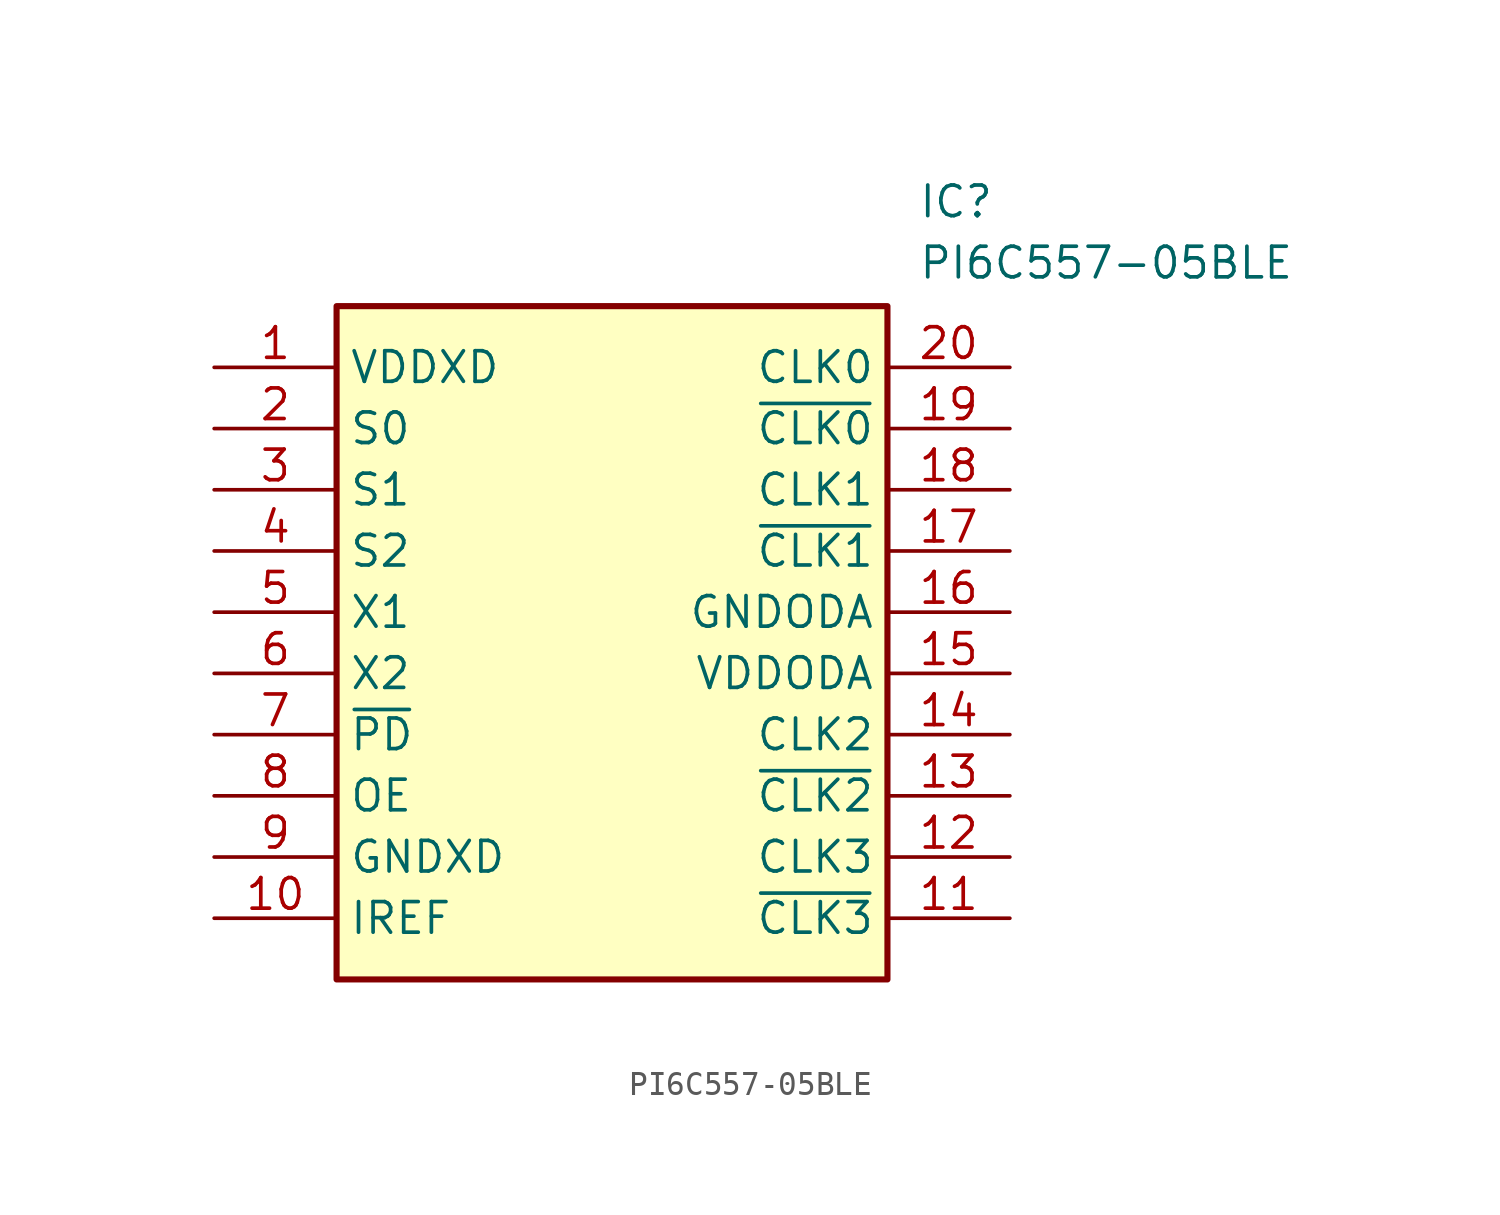
<source format=kicad_sym>
(kicad_symbol_lib
  (version 20211014)
  (generator SamacSys_ECAD_Model)
  (symbol "PI6C557-05BLE"
    (property "Reference" "IC"
      (at 29.21 7.62 0)
      (effects (font (size 1.27 1.27)) (justify left top)))
    (property "Value" "PI6C557-05BLE"
      (at 29.21 5.08 0)
      (effects (font (size 1.27 1.27)) (justify left top)))
    (rectangle
      (start 5.08 2.54)
      (end 27.94 -25.4)
      (stroke (width 0.254) (type default))
      (fill (type background)))
    (pin passive line
      (at 0 0 0)
      (length 5.08)
      (name "VDDXD" (effects (font (size 1.27 1.27))))
      (number "1" (effects (font (size 1.27 1.27)))))
    (pin passive line
      (at 0 -2.54 0)
      (length 5.08)
      (name "S0" (effects (font (size 1.27 1.27))))
      (number "2" (effects (font (size 1.27 1.27)))))
    (pin passive line
      (at 0 -5.08 0)
      (length 5.08)
      (name "S1" (effects (font (size 1.27 1.27))))
      (number "3" (effects (font (size 1.27 1.27)))))
    (pin passive line
      (at 0 -7.62 0)
      (length 5.08)
      (name "S2" (effects (font (size 1.27 1.27))))
      (number "4" (effects (font (size 1.27 1.27)))))
    (pin passive line
      (at 0 -10.16 0)
      (length 5.08)
      (name "X1" (effects (font (size 1.27 1.27))))
      (number "5" (effects (font (size 1.27 1.27)))))
    (pin passive line
      (at 0 -12.7 0)
      (length 5.08)
      (name "X2" (effects (font (size 1.27 1.27))))
      (number "6" (effects (font (size 1.27 1.27)))))
    (pin passive line
      (at 0 -15.24 0)
      (length 5.08)
      (name "~{PD}" (effects (font (size 1.27 1.27))))
      (number "7" (effects (font (size 1.27 1.27)))))
    (pin passive line
      (at 0 -17.78 0)
      (length 5.08)
      (name "OE" (effects (font (size 1.27 1.27))))
      (number "8" (effects (font (size 1.27 1.27)))))
    (pin passive line
      (at 0 -20.32 0)
      (length 5.08)
      (name "GNDXD" (effects (font (size 1.27 1.27))))
      (number "9" (effects (font (size 1.27 1.27)))))
    (pin passive line
      (at 0 -22.86 0)
      (length 5.08)
      (name "IREF" (effects (font (size 1.27 1.27))))
      (number "10" (effects (font (size 1.27 1.27)))))
    (pin passive line
      (at 33.02 0 180)
      (length 5.08)
      (name "CLK0" (effects (font (size 1.27 1.27))))
      (number "20" (effects (font (size 1.27 1.27)))))
    (pin passive line
      (at 33.02 -2.54 180)
      (length 5.08)
      (name "~{CLK0}" (effects (font (size 1.27 1.27))))
      (number "19" (effects (font (size 1.27 1.27)))))
    (pin passive line
      (at 33.02 -5.08 180)
      (length 5.08)
      (name "CLK1" (effects (font (size 1.27 1.27))))
      (number "18" (effects (font (size 1.27 1.27)))))
    (pin passive line
      (at 33.02 -7.62 180)
      (length 5.08)
      (name "~{CLK1}" (effects (font (size 1.27 1.27))))
      (number "17" (effects (font (size 1.27 1.27)))))
    (pin passive line
      (at 33.02 -10.16 180)
      (length 5.08)
      (name "GNDODA" (effects (font (size 1.27 1.27))))
      (number "16" (effects (font (size 1.27 1.27)))))
    (pin passive line
      (at 33.02 -12.7 180)
      (length 5.08)
      (name "VDDODA" (effects (font (size 1.27 1.27))))
      (number "15" (effects (font (size 1.27 1.27)))))
    (pin passive line
      (at 33.02 -15.24 180)
      (length 5.08)
      (name "CLK2" (effects (font (size 1.27 1.27))))
      (number "14" (effects (font (size 1.27 1.27)))))
    (pin passive line
      (at 33.02 -17.78 180)
      (length 5.08)
      (name "~{CLK2}" (effects (font (size 1.27 1.27))))
      (number "13" (effects (font (size 1.27 1.27)))))
    (pin passive line
      (at 33.02 -20.32 180)
      (length 5.08)
      (name "CLK3" (effects (font (size 1.27 1.27))))
      (number "12" (effects (font (size 1.27 1.27)))))
    (pin passive line
      (at 33.02 -22.86 180)
      (length 5.08)
      (name "~{CLK3}" (effects (font (size 1.27 1.27))))
      (number "11" (effects (font (size 1.27 1.27)))))))
</source>
